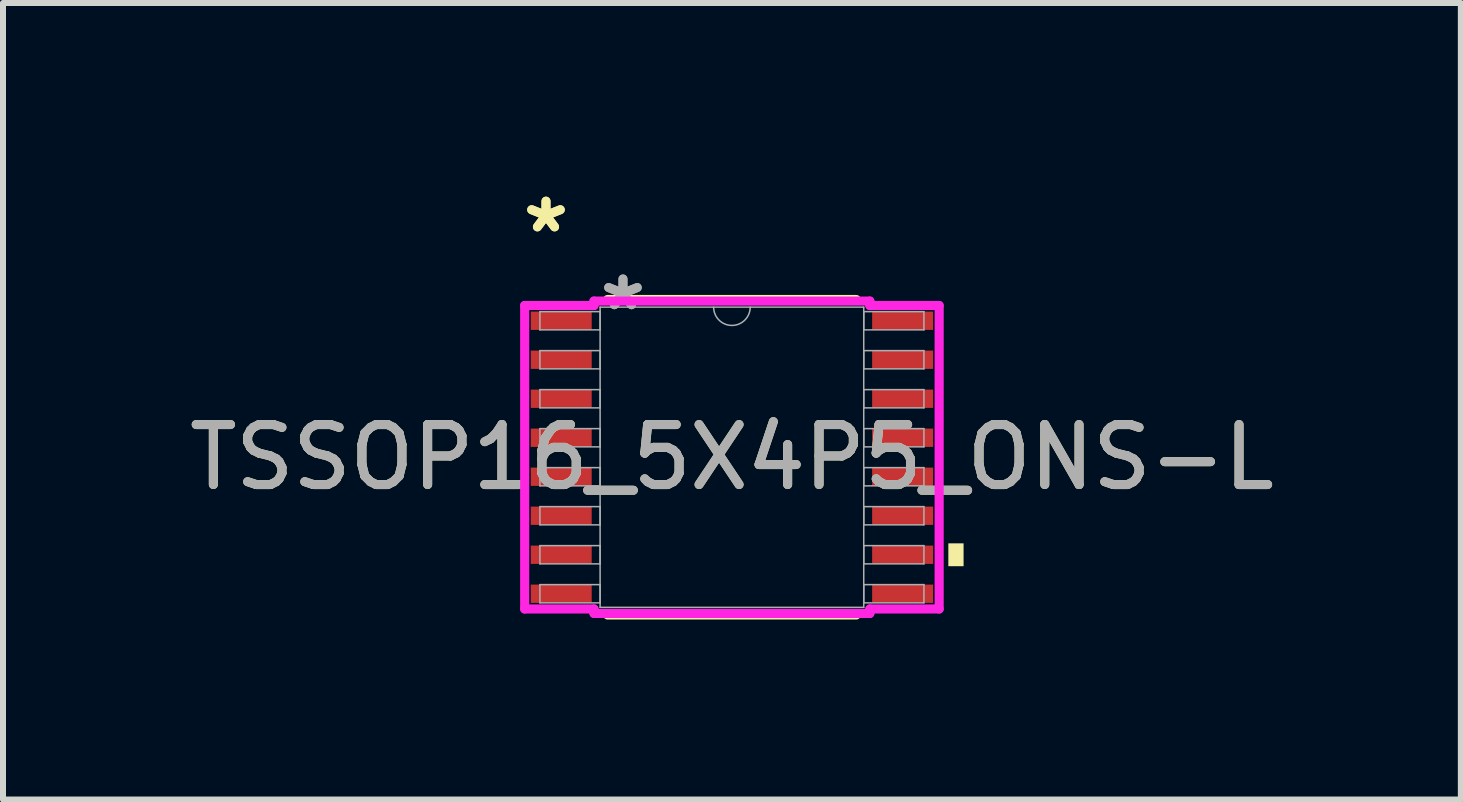
<source format=kicad_pcb>
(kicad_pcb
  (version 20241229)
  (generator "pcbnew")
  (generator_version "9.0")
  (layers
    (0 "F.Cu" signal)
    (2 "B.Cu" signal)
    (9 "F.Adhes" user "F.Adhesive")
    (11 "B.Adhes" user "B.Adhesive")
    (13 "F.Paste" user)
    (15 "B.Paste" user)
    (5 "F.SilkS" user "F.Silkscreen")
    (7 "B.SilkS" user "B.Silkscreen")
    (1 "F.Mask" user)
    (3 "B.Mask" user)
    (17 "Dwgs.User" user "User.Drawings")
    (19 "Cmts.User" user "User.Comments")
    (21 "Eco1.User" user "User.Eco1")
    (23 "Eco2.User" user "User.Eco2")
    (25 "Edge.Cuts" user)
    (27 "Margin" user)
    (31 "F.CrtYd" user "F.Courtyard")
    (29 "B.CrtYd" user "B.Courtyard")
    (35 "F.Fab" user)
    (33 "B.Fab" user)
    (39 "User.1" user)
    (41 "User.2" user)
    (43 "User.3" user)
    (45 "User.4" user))
  (footprint "TSSOP16_5X4P5_ONS-L"
    (layer "F.Cu")
    (at 9.149 4.571)
    (property "Reference" "TSSOP16_5X4P5_ONS-L" (at 0 0 0) (unlocked yes) (layer "F.SilkS") (effects (font (size 1 1) (thickness 0.15))))
    (attr smd)
    (fp_line (start -2.072 2.629) (end 2.072 2.629) (stroke (width 0.152) (type solid)) (layer "F.SilkS"))
    (fp_line (start 2.072 -2.629) (end -2.072 -2.629) (stroke (width 0.152) (type solid)) (layer "F.SilkS"))
    (fp_poly (pts (xy 3.861 1.435) (xy 3.861 1.816) (xy 3.607 1.816) (xy 3.607 1.435)) (stroke (width 0) (type solid)) (fill yes) (layer "F.SilkS"))
    (fp_line (start -3.454 -2.529) (end -2.299 -2.529) (stroke (width 0.152) (type solid)) (layer "F.CrtYd"))
    (fp_line (start -3.454 2.529) (end -3.454 -2.529) (stroke (width 0.152) (type solid)) (layer "F.CrtYd"))
    (fp_line (start -3.454 2.529) (end -2.299 2.529) (stroke (width 0.152) (type solid)) (layer "F.CrtYd"))
    (fp_line (start -2.299 -2.603) (end 2.299 -2.603) (stroke (width 0.152) (type solid)) (layer "F.CrtYd"))
    (fp_line (start -2.299 -2.529) (end -2.299 -2.603) (stroke (width 0.152) (type solid)) (layer "F.CrtYd"))
    (fp_line (start -2.299 2.603) (end -2.299 2.529) (stroke (width 0.152) (type solid)) (layer "F.CrtYd"))
    (fp_line (start 2.299 -2.603) (end 2.299 -2.529) (stroke (width 0.152) (type solid)) (layer "F.CrtYd"))
    (fp_line (start 2.299 2.529) (end 2.299 2.603) (stroke (width 0.152) (type solid)) (layer "F.CrtYd"))
    (fp_line (start 2.299 2.603) (end -2.299 2.603) (stroke (width 0.152) (type solid)) (layer "F.CrtYd"))
    (fp_line (start 3.454 -2.529) (end 2.299 -2.529) (stroke (width 0.152) (type solid)) (layer "F.CrtYd"))
    (fp_line (start 3.454 -2.529) (end 3.454 2.529) (stroke (width 0.152) (type solid)) (layer "F.CrtYd"))
    (fp_line (start 3.454 2.529) (end 2.299 2.529) (stroke (width 0.152) (type solid)) (layer "F.CrtYd"))
    (fp_line (start -3.2 -2.427) (end -3.2 -2.123) (stroke (width 0.025) (type solid)) (layer "F.Fab"))
    (fp_line (start -3.2 -2.123) (end -2.197 -2.123) (stroke (width 0.025) (type solid)) (layer "F.Fab"))
    (fp_line (start -3.2 -1.777) (end -3.2 -1.473) (stroke (width 0.025) (type solid)) (layer "F.Fab"))
    (fp_line (start -3.2 -1.473) (end -2.197 -1.473) (stroke (width 0.025) (type solid)) (layer "F.Fab"))
    (fp_line (start -3.2 -1.127) (end -3.2 -0.823) (stroke (width 0.025) (type solid)) (layer "F.Fab"))
    (fp_line (start -3.2 -0.823) (end -2.197 -0.823) (stroke (width 0.025) (type solid)) (layer "F.Fab"))
    (fp_line (start -3.2 -0.477) (end -3.2 -0.173) (stroke (width 0.025) (type solid)) (layer "F.Fab"))
    (fp_line (start -3.2 -0.173) (end -2.197 -0.173) (stroke (width 0.025) (type solid)) (layer "F.Fab"))
    (fp_line (start -3.2 0.173) (end -3.2 0.477) (stroke (width 0.025) (type solid)) (layer "F.Fab"))
    (fp_line (start -3.2 0.477) (end -2.197 0.477) (stroke (width 0.025) (type solid)) (layer "F.Fab"))
    (fp_line (start -3.2 0.823) (end -3.2 1.127) (stroke (width 0.025) (type solid)) (layer "F.Fab"))
    (fp_line (start -3.2 1.127) (end -2.197 1.127) (stroke (width 0.025) (type solid)) (layer "F.Fab"))
    (fp_line (start -3.2 1.473) (end -3.2 1.777) (stroke (width 0.025) (type solid)) (layer "F.Fab"))
    (fp_line (start -3.2 1.777) (end -2.197 1.777) (stroke (width 0.025) (type solid)) (layer "F.Fab"))
    (fp_line (start -3.2 2.123) (end -3.2 2.427) (stroke (width 0.025) (type solid)) (layer "F.Fab"))
    (fp_line (start -3.2 2.427) (end -2.197 2.427) (stroke (width 0.025) (type solid)) (layer "F.Fab"))
    (fp_line (start -2.197 -2.502) (end -2.197 2.502) (stroke (width 0.025) (type solid)) (layer "F.Fab"))
    (fp_line (start -2.197 -2.427) (end -3.2 -2.427) (stroke (width 0.025) (type solid)) (layer "F.Fab"))
    (fp_line (start -2.197 -2.123) (end -2.197 -2.427) (stroke (width 0.025) (type solid)) (layer "F.Fab"))
    (fp_line (start -2.197 -1.777) (end -3.2 -1.777) (stroke (width 0.025) (type solid)) (layer "F.Fab"))
    (fp_line (start -2.197 -1.473) (end -2.197 -1.777) (stroke (width 0.025) (type solid)) (layer "F.Fab"))
    (fp_line (start -2.197 -1.127) (end -3.2 -1.127) (stroke (width 0.025) (type solid)) (layer "F.Fab"))
    (fp_line (start -2.197 -0.823) (end -2.197 -1.127) (stroke (width 0.025) (type solid)) (layer "F.Fab"))
    (fp_line (start -2.197 -0.477) (end -3.2 -0.477) (stroke (width 0.025) (type solid)) (layer "F.Fab"))
    (fp_line (start -2.197 -0.173) (end -2.197 -0.477) (stroke (width 0.025) (type solid)) (layer "F.Fab"))
    (fp_line (start -2.197 0.173) (end -3.2 0.173) (stroke (width 0.025) (type solid)) (layer "F.Fab"))
    (fp_line (start -2.197 0.477) (end -2.197 0.173) (stroke (width 0.025) (type solid)) (layer "F.Fab"))
    (fp_line (start -2.197 0.823) (end -3.2 0.823) (stroke (width 0.025) (type solid)) (layer "F.Fab"))
    (fp_line (start -2.197 1.127) (end -2.197 0.823) (stroke (width 0.025) (type solid)) (layer "F.Fab"))
    (fp_line (start -2.197 1.473) (end -3.2 1.473) (stroke (width 0.025) (type solid)) (layer "F.Fab"))
    (fp_line (start -2.197 1.777) (end -2.197 1.473) (stroke (width 0.025) (type solid)) (layer "F.Fab"))
    (fp_line (start -2.197 2.123) (end -3.2 2.123) (stroke (width 0.025) (type solid)) (layer "F.Fab"))
    (fp_line (start -2.197 2.427) (end -2.197 2.123) (stroke (width 0.025) (type solid)) (layer "F.Fab"))
    (fp_line (start -2.197 2.502) (end 2.197 2.502) (stroke (width 0.025) (type solid)) (layer "F.Fab"))
    (fp_line (start 2.197 -2.502) (end -2.197 -2.502) (stroke (width 0.025) (type solid)) (layer "F.Fab"))
    (fp_line (start 2.197 -2.427) (end 2.197 -2.123) (stroke (width 0.025) (type solid)) (layer "F.Fab"))
    (fp_line (start 2.197 -2.123) (end 3.2 -2.123) (stroke (width 0.025) (type solid)) (layer "F.Fab"))
    (fp_line (start 2.197 -1.777) (end 2.197 -1.473) (stroke (width 0.025) (type solid)) (layer "F.Fab"))
    (fp_line (start 2.197 -1.473) (end 3.2 -1.473) (stroke (width 0.025) (type solid)) (layer "F.Fab"))
    (fp_line (start 2.197 -1.127) (end 2.197 -0.823) (stroke (width 0.025) (type solid)) (layer "F.Fab"))
    (fp_line (start 2.197 -0.823) (end 3.2 -0.823) (stroke (width 0.025) (type solid)) (layer "F.Fab"))
    (fp_line (start 2.197 -0.477) (end 2.197 -0.173) (stroke (width 0.025) (type solid)) (layer "F.Fab"))
    (fp_line (start 2.197 -0.173) (end 3.2 -0.173) (stroke (width 0.025) (type solid)) (layer "F.Fab"))
    (fp_line (start 2.197 0.173) (end 2.197 0.477) (stroke (width 0.025) (type solid)) (layer "F.Fab"))
    (fp_line (start 2.197 0.477) (end 3.2 0.477) (stroke (width 0.025) (type solid)) (layer "F.Fab"))
    (fp_line (start 2.197 0.823) (end 2.197 1.127) (stroke (width 0.025) (type solid)) (layer "F.Fab"))
    (fp_line (start 2.197 1.127) (end 3.2 1.127) (stroke (width 0.025) (type solid)) (layer "F.Fab"))
    (fp_line (start 2.197 1.473) (end 2.197 1.777) (stroke (width 0.025) (type solid)) (layer "F.Fab"))
    (fp_line (start 2.197 1.777) (end 3.2 1.777) (stroke (width 0.025) (type solid)) (layer "F.Fab"))
    (fp_line (start 2.197 2.123) (end 2.197 2.427) (stroke (width 0.025) (type solid)) (layer "F.Fab"))
    (fp_line (start 2.197 2.427) (end 3.2 2.427) (stroke (width 0.025) (type solid)) (layer "F.Fab"))
    (fp_line (start 2.197 2.502) (end 2.197 -2.502) (stroke (width 0.025) (type solid)) (layer "F.Fab"))
    (fp_line (start 3.2 -2.427) (end 2.197 -2.427) (stroke (width 0.025) (type solid)) (layer "F.Fab"))
    (fp_line (start 3.2 -2.123) (end 3.2 -2.427) (stroke (width 0.025) (type solid)) (layer "F.Fab"))
    (fp_line (start 3.2 -1.777) (end 2.197 -1.777) (stroke (width 0.025) (type solid)) (layer "F.Fab"))
    (fp_line (start 3.2 -1.473) (end 3.2 -1.777) (stroke (width 0.025) (type solid)) (layer "F.Fab"))
    (fp_line (start 3.2 -1.127) (end 2.197 -1.127) (stroke (width 0.025) (type solid)) (layer "F.Fab"))
    (fp_line (start 3.2 -0.823) (end 3.2 -1.127) (stroke (width 0.025) (type solid)) (layer "F.Fab"))
    (fp_line (start 3.2 -0.477) (end 2.197 -0.477) (stroke (width 0.025) (type solid)) (layer "F.Fab"))
    (fp_line (start 3.2 -0.173) (end 3.2 -0.477) (stroke (width 0.025) (type solid)) (layer "F.Fab"))
    (fp_line (start 3.2 0.173) (end 2.197 0.173) (stroke (width 0.025) (type solid)) (layer "F.Fab"))
    (fp_line (start 3.2 0.477) (end 3.2 0.173) (stroke (width 0.025) (type solid)) (layer "F.Fab"))
    (fp_line (start 3.2 0.823) (end 2.197 0.823) (stroke (width 0.025) (type solid)) (layer "F.Fab"))
    (fp_line (start 3.2 1.127) (end 3.2 0.823) (stroke (width 0.025) (type solid)) (layer "F.Fab"))
    (fp_line (start 3.2 1.473) (end 2.197 1.473) (stroke (width 0.025) (type solid)) (layer "F.Fab"))
    (fp_line (start 3.2 1.777) (end 3.2 1.473) (stroke (width 0.025) (type solid)) (layer "F.Fab"))
    (fp_line (start 3.2 2.123) (end 2.197 2.123) (stroke (width 0.025) (type solid)) (layer "F.Fab"))
    (fp_line (start 3.2 2.427) (end 3.2 2.123) (stroke (width 0.025) (type solid)) (layer "F.Fab"))
    (fp_arc (start 0.3048 -2.5019) (mid 0 -2.1971) (end -0.3048 -2.5019) (stroke (width 0.0254) (type solid)) (layer "F.Fab"))
    (fp_text user "*" (at -3.099 -3.723 0) (layer "F.SilkS") (effects (font (size 1 1) (thickness 0.15))))
    (fp_text user "*" (at -3.099 -3.723 0) (unlocked yes) (layer "F.SilkS") (effects (font (size 1 1) (thickness 0.15))))
    (fp_text user "*" (at -1.816 -2.426 0) (unlocked yes) (layer "F.Fab") (effects (font (size 1 1) (thickness 0.15))))
    (fp_text user "*" (at -1.816 -2.426 0) (layer "F.Fab") (effects (font (size 1 1) (thickness 0.15))))
    (fp_text user "${REFERENCE}" (at 0 0 0) (unlocked yes) (layer "F.Fab") (effects (font (size 1 1) (thickness 0.15))))
    (pad "1" smd rect (at -2.845 -2.275) (size 1.016 0.305) (layers "F.Cu" "F.Mask" "F.Paste"))
    (pad "2" smd rect (at -2.845 -1.625) (size 1.016 0.305) (layers "F.Cu" "F.Mask" "F.Paste"))
    (pad "3" smd rect (at -2.845 -0.975) (size 1.016 0.305) (layers "F.Cu" "F.Mask" "F.Paste"))
    (pad "4" smd rect (at -2.845 -0.325) (size 1.016 0.305) (layers "F.Cu" "F.Mask" "F.Paste"))
    (pad "5" smd rect (at -2.845 0.325) (size 1.016 0.305) (layers "F.Cu" "F.Mask" "F.Paste"))
    (pad "6" smd rect (at -2.845 0.975) (size 1.016 0.305) (layers "F.Cu" "F.Mask" "F.Paste"))
    (pad "7" smd rect (at -2.845 1.625) (size 1.016 0.305) (layers "F.Cu" "F.Mask" "F.Paste"))
    (pad "8" smd rect (at -2.845 2.275) (size 1.016 0.305) (layers "F.Cu" "F.Mask" "F.Paste"))
    (pad "9" smd rect (at 2.845 2.275) (size 1.016 0.305) (layers "F.Cu" "F.Mask" "F.Paste"))
    (pad "10" smd rect (at 2.845 1.625) (size 1.016 0.305) (layers "F.Cu" "F.Mask" "F.Paste"))
    (pad "11" smd rect (at 2.845 0.975) (size 1.016 0.305) (layers "F.Cu" "F.Mask" "F.Paste"))
    (pad "12" smd rect (at 2.845 0.325) (size 1.016 0.305) (layers "F.Cu" "F.Mask" "F.Paste"))
    (pad "13" smd rect (at 2.845 -0.325) (size 1.016 0.305) (layers "F.Cu" "F.Mask" "F.Paste"))
    (pad "14" smd rect (at 2.845 -0.975) (size 1.016 0.305) (layers "F.Cu" "F.Mask" "F.Paste"))
    (pad "15" smd rect (at 2.845 -1.625) (size 1.016 0.305) (layers "F.Cu" "F.Mask" "F.Paste"))
    (pad "16" smd rect (at 2.845 -2.275) (size 1.016 0.305) (layers "F.Cu" "F.Mask" "F.Paste")))
  (gr_rect
    (start -3 -3)
    (end 21.298 10.276)
    (stroke (width 0.1) (type default))
    (fill no)
    (layer "Edge.Cuts")))
</source>
